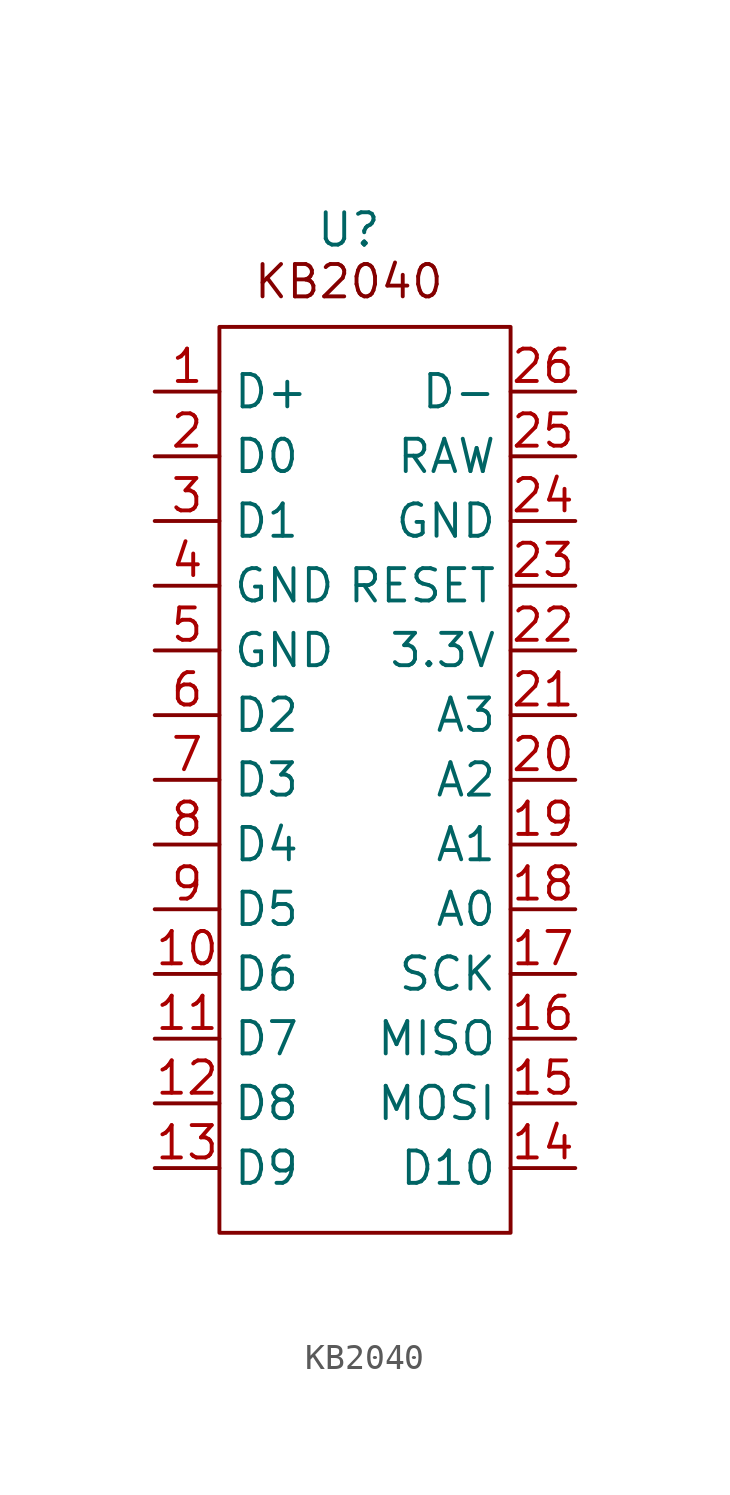
<source format=kicad_sym>
(kicad_symbol_lib
  (version 20231120)
  (generator "kicad_symbol_editor")
  (generator_version "8.0")
  (symbol "KB2040"
    (property "Reference" "U"
      (at 0 0 0)
      (effects (font (size 1.27 1.27))))
    (property "Value" ""
      (at 0 0 0)
      (effects (font (size 1.27 1.27))))
    (symbol "KB2040_1_1"
      (rectangle (start -5.08 -3.81) (end 6.35 -39.37) (stroke (width 0) (type default)) (fill (type none)))
      (text "KB2040\n" (at 0 -2.032 0) (effects (font (size 1.27 1.27))))
      (pin passive line (at -7.62 -6.35 0) (length 2.54) (name "D+" (effects (font (size 1.27 1.27)))) (number "1" (effects (font (size 1.27 1.27)))))
      (pin passive line (at -7.62 -29.21 0) (length 2.54) (name "D6" (effects (font (size 1.27 1.27)))) (number "10" (effects (font (size 1.27 1.27)))))
      (pin passive line (at -7.62 -31.75 0) (length 2.54) (name "D7" (effects (font (size 1.27 1.27)))) (number "11" (effects (font (size 1.27 1.27)))))
      (pin passive line (at -7.62 -34.29 0) (length 2.54) (name "D8" (effects (font (size 1.27 1.27)))) (number "12" (effects (font (size 1.27 1.27)))))
      (pin passive line (at -7.62 -36.83 0) (length 2.54) (name "D9" (effects (font (size 1.27 1.27)))) (number "13" (effects (font (size 1.27 1.27)))))
      (pin passive line (at 8.89 -36.83 180) (length 2.54) (name "D10" (effects (font (size 1.27 1.27)))) (number "14" (effects (font (size 1.27 1.27)))))
      (pin passive line (at 8.89 -34.29 180) (length 2.54) (name "MOSI" (effects (font (size 1.27 1.27)))) (number "15" (effects (font (size 1.27 1.27)))))
      (pin passive line (at 8.89 -31.75 180) (length 2.54) (name "MISO" (effects (font (size 1.27 1.27)))) (number "16" (effects (font (size 1.27 1.27)))))
      (pin passive line (at 8.89 -29.21 180) (length 2.54) (name "SCK" (effects (font (size 1.27 1.27)))) (number "17" (effects (font (size 1.27 1.27)))))
      (pin passive line (at 8.89 -26.67 180) (length 2.54) (name "A0" (effects (font (size 1.27 1.27)))) (number "18" (effects (font (size 1.27 1.27)))))
      (pin passive line (at 8.89 -24.13 180) (length 2.54) (name "A1" (effects (font (size 1.27 1.27)))) (number "19" (effects (font (size 1.27 1.27)))))
      (pin passive line (at -7.62 -8.89 0) (length 2.54) (name "D0" (effects (font (size 1.27 1.27)))) (number "2" (effects (font (size 1.27 1.27)))))
      (pin passive line (at 8.89 -21.59 180) (length 2.54) (name "A2" (effects (font (size 1.27 1.27)))) (number "20" (effects (font (size 1.27 1.27)))))
      (pin passive line (at 8.89 -19.05 180) (length 2.54) (name "A3" (effects (font (size 1.27 1.27)))) (number "21" (effects (font (size 1.27 1.27)))))
      (pin passive line (at 8.89 -16.51 180) (length 2.54) (name "3.3V" (effects (font (size 1.27 1.27)))) (number "22" (effects (font (size 1.27 1.27)))))
      (pin passive line (at 8.89 -13.97 180) (length 2.54) (name "RESET" (effects (font (size 1.27 1.27)))) (number "23" (effects (font (size 1.27 1.27)))))
      (pin passive line (at 8.89 -11.43 180) (length 2.54) (name "GND" (effects (font (size 1.27 1.27)))) (number "24" (effects (font (size 1.27 1.27)))))
      (pin passive line (at 8.89 -8.89 180) (length 2.54) (name "RAW" (effects (font (size 1.27 1.27)))) (number "25" (effects (font (size 1.27 1.27)))))
      (pin passive line (at 8.89 -6.35 180) (length 2.54) (name "D-" (effects (font (size 1.27 1.27)))) (number "26" (effects (font (size 1.27 1.27)))))
      (pin passive line (at -7.62 -11.43 0) (length 2.54) (name "D1" (effects (font (size 1.27 1.27)))) (number "3" (effects (font (size 1.27 1.27)))))
      (pin passive line (at -7.62 -13.97 0) (length 2.54) (name "GND" (effects (font (size 1.27 1.27)))) (number "4" (effects (font (size 1.27 1.27)))))
      (pin passive line (at -7.62 -16.51 0) (length 2.54) (name "GND" (effects (font (size 1.27 1.27)))) (number "5" (effects (font (size 1.27 1.27)))))
      (pin passive line (at -7.62 -19.05 0) (length 2.54) (name "D2" (effects (font (size 1.27 1.27)))) (number "6" (effects (font (size 1.27 1.27)))))
      (pin passive line (at -7.62 -21.59 0) (length 2.54) (name "D3" (effects (font (size 1.27 1.27)))) (number "7" (effects (font (size 1.27 1.27)))))
      (pin passive line (at -7.62 -24.13 0) (length 2.54) (name "D4" (effects (font (size 1.27 1.27)))) (number "8" (effects (font (size 1.27 1.27)))))
      (pin passive line (at -7.62 -26.67 0) (length 2.54) (name "D5" (effects (font (size 1.27 1.27)))) (number "9" (effects (font (size 1.27 1.27))))))))
</source>
